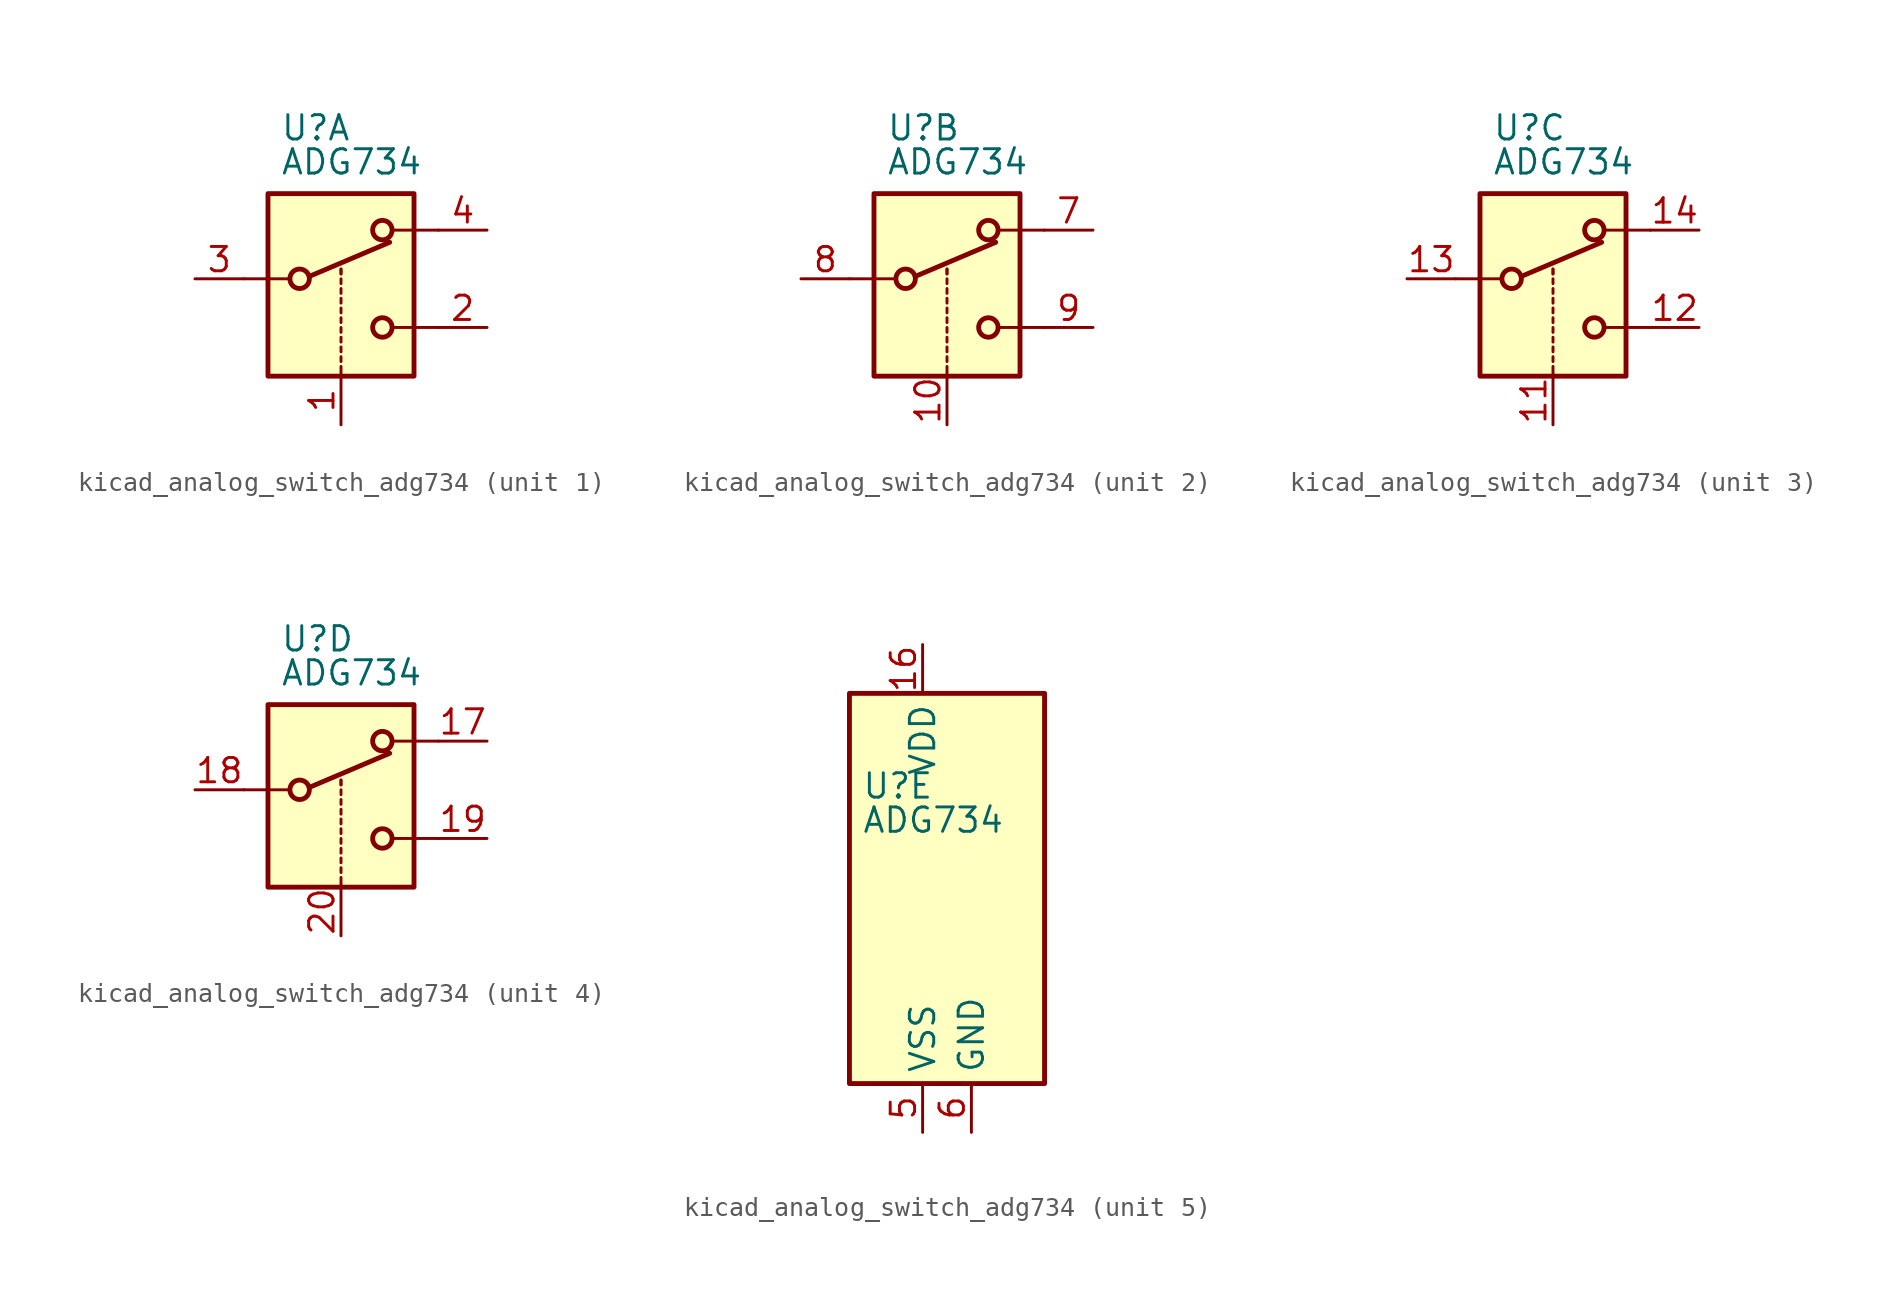
<source format=kicad_sym>
(kicad_symbol_lib
  (version 20220914)
  (generator kicad_symbol_editor)
  (symbol "kicad_analog_switch_adg734"
    (property "Reference" "U"
      (at -3.175 5.334 0)
      (effects (font (size 1.27 1.27)) (justify left)))
    (property "Value" "ADG734"
      (at -3.175 3.556 0)
      (effects (font (size 1.27 1.27)) (justify left)))
    (symbol "kicad_analog_switch_adg734_1_1"
      (rectangle (start -3.81 1.905) (end 3.81 -7.62) (stroke (width 0.254) (type default)) (fill (type background)))
      (circle (center -2.159 -2.54) (radius 0.508) (stroke (width 0.254) (type default)) (fill (type none)))
      (polyline (pts (xy -5.08 -2.54) (xy -2.794 -2.54)) (stroke (width 0) (type default)) (fill (type none)))
      (polyline (pts (xy -1.651 -2.413) (xy 2.54 -0.635)) (stroke (width 0.254) (type default)) (fill (type none)))
      (polyline (pts (xy 0 -7.62) (xy 0 -7.112)) (stroke (width 0) (type default)) (fill (type none)))
      (polyline (pts (xy 0 -6.858) (xy 0 -6.604)) (stroke (width 0) (type default)) (fill (type none)))
      (polyline (pts (xy 0 -6.35) (xy 0 -6.096)) (stroke (width 0) (type default)) (fill (type none)))
      (polyline (pts (xy 0 -5.842) (xy 0 -5.588)) (stroke (width 0) (type default)) (fill (type none)))
      (polyline (pts (xy 0 -5.334) (xy 0 -5.08)) (stroke (width 0) (type default)) (fill (type none)))
      (polyline (pts (xy 0 -4.826) (xy 0 -4.572)) (stroke (width 0) (type default)) (fill (type none)))
      (polyline (pts (xy 0 -4.318) (xy 0 -4.064)) (stroke (width 0) (type default)) (fill (type none)))
      (polyline (pts (xy 0 -3.81) (xy 0 -3.556)) (stroke (width 0) (type default)) (fill (type none)))
      (polyline (pts (xy 0 -3.302) (xy 0 -3.048)) (stroke (width 0) (type default)) (fill (type none)))
      (polyline (pts (xy 0 -2.794) (xy 0 -2.54)) (stroke (width 0) (type default)) (fill (type none)))
      (polyline (pts (xy 0 -2.286) (xy 0 -2.032)) (stroke (width 0) (type default)) (fill (type none)))
      (polyline (pts (xy 0 -2.286) (xy 0 -2.032)) (stroke (width 0) (type default)) (fill (type none)))
      (polyline (pts (xy 5.08 -5.08) (xy 2.794 -5.08)) (stroke (width 0) (type default)) (fill (type none)))
      (polyline (pts (xy 5.08 0) (xy 2.794 0)) (stroke (width 0) (type default)) (fill (type none)))
      (circle (center 2.159 -5.08) (radius 0.508) (stroke (width 0.254) (type default)) (fill (type none)))
      (circle (center 2.159 0) (radius 0.508) (stroke (width 0.254) (type default)) (fill (type none)))
      (pin input line (at 0 -10.16 90) (length 2.54) (name "~" (effects (font (size 1.27 1.27)))) (number "1" (effects (font (size 1.27 1.27)))))
      (pin passive line (at 7.62 -5.08 180) (length 2.54) (name "~" (effects (font (size 1.27 1.27)))) (number "2" (effects (font (size 1.27 1.27)))))
      (pin passive line (at -7.62 -2.54 0) (length 2.54) (name "~" (effects (font (size 1.27 1.27)))) (number "3" (effects (font (size 1.27 1.27)))))
      (pin passive line (at 7.62 0 180) (length 2.54) (name "~" (effects (font (size 1.27 1.27)))) (number "4" (effects (font (size 1.27 1.27))))))
    (symbol "kicad_analog_switch_adg734_2_1"
      (rectangle (start -3.81 1.905) (end 3.81 -7.62) (stroke (width 0.254) (type default)) (fill (type background)))
      (circle (center -2.159 -2.54) (radius 0.508) (stroke (width 0.254) (type default)) (fill (type none)))
      (polyline (pts (xy -5.08 -2.54) (xy -2.794 -2.54)) (stroke (width 0) (type default)) (fill (type none)))
      (polyline (pts (xy -1.651 -2.413) (xy 2.54 -0.635)) (stroke (width 0.254) (type default)) (fill (type none)))
      (polyline (pts (xy 0 -7.62) (xy 0 -7.112)) (stroke (width 0) (type default)) (fill (type none)))
      (polyline (pts (xy 0 -6.858) (xy 0 -6.604)) (stroke (width 0) (type default)) (fill (type none)))
      (polyline (pts (xy 0 -6.35) (xy 0 -6.096)) (stroke (width 0) (type default)) (fill (type none)))
      (polyline (pts (xy 0 -5.842) (xy 0 -5.588)) (stroke (width 0) (type default)) (fill (type none)))
      (polyline (pts (xy 0 -5.334) (xy 0 -5.08)) (stroke (width 0) (type default)) (fill (type none)))
      (polyline (pts (xy 0 -4.826) (xy 0 -4.572)) (stroke (width 0) (type default)) (fill (type none)))
      (polyline (pts (xy 0 -4.318) (xy 0 -4.064)) (stroke (width 0) (type default)) (fill (type none)))
      (polyline (pts (xy 0 -3.81) (xy 0 -3.556)) (stroke (width 0) (type default)) (fill (type none)))
      (polyline (pts (xy 0 -3.302) (xy 0 -3.048)) (stroke (width 0) (type default)) (fill (type none)))
      (polyline (pts (xy 0 -2.794) (xy 0 -2.54)) (stroke (width 0) (type default)) (fill (type none)))
      (polyline (pts (xy 0 -2.286) (xy 0 -2.032)) (stroke (width 0) (type default)) (fill (type none)))
      (polyline (pts (xy 0 -2.286) (xy 0 -2.032)) (stroke (width 0) (type default)) (fill (type none)))
      (polyline (pts (xy 5.08 -5.08) (xy 2.794 -5.08)) (stroke (width 0) (type default)) (fill (type none)))
      (polyline (pts (xy 5.08 0) (xy 2.794 0)) (stroke (width 0) (type default)) (fill (type none)))
      (circle (center 2.159 -5.08) (radius 0.508) (stroke (width 0.254) (type default)) (fill (type none)))
      (circle (center 2.159 0) (radius 0.508) (stroke (width 0.254) (type default)) (fill (type none)))
      (pin input line (at 0 -10.16 90) (length 2.54) (name "~" (effects (font (size 1.27 1.27)))) (number "10" (effects (font (size 1.27 1.27)))))
      (pin passive line (at 7.62 0 180) (length 2.54) (name "~" (effects (font (size 1.27 1.27)))) (number "7" (effects (font (size 1.27 1.27)))))
      (pin passive line (at -7.62 -2.54 0) (length 2.54) (name "~" (effects (font (size 1.27 1.27)))) (number "8" (effects (font (size 1.27 1.27)))))
      (pin passive line (at 7.62 -5.08 180) (length 2.54) (name "~" (effects (font (size 1.27 1.27)))) (number "9" (effects (font (size 1.27 1.27))))))
    (symbol "kicad_analog_switch_adg734_3_1"
      (rectangle (start -3.81 1.905) (end 3.81 -7.62) (stroke (width 0.254) (type default)) (fill (type background)))
      (circle (center -2.159 -2.54) (radius 0.508) (stroke (width 0.254) (type default)) (fill (type none)))
      (polyline (pts (xy -5.08 -2.54) (xy -2.794 -2.54)) (stroke (width 0) (type default)) (fill (type none)))
      (polyline (pts (xy -1.651 -2.413) (xy 2.54 -0.635)) (stroke (width 0.254) (type default)) (fill (type none)))
      (polyline (pts (xy 0 -7.62) (xy 0 -7.112)) (stroke (width 0) (type default)) (fill (type none)))
      (polyline (pts (xy 0 -6.858) (xy 0 -6.604)) (stroke (width 0) (type default)) (fill (type none)))
      (polyline (pts (xy 0 -6.35) (xy 0 -6.096)) (stroke (width 0) (type default)) (fill (type none)))
      (polyline (pts (xy 0 -5.842) (xy 0 -5.588)) (stroke (width 0) (type default)) (fill (type none)))
      (polyline (pts (xy 0 -5.334) (xy 0 -5.08)) (stroke (width 0) (type default)) (fill (type none)))
      (polyline (pts (xy 0 -4.826) (xy 0 -4.572)) (stroke (width 0) (type default)) (fill (type none)))
      (polyline (pts (xy 0 -4.318) (xy 0 -4.064)) (stroke (width 0) (type default)) (fill (type none)))
      (polyline (pts (xy 0 -3.81) (xy 0 -3.556)) (stroke (width 0) (type default)) (fill (type none)))
      (polyline (pts (xy 0 -3.302) (xy 0 -3.048)) (stroke (width 0) (type default)) (fill (type none)))
      (polyline (pts (xy 0 -2.794) (xy 0 -2.54)) (stroke (width 0) (type default)) (fill (type none)))
      (polyline (pts (xy 0 -2.286) (xy 0 -2.032)) (stroke (width 0) (type default)) (fill (type none)))
      (polyline (pts (xy 0 -2.286) (xy 0 -2.032)) (stroke (width 0) (type default)) (fill (type none)))
      (polyline (pts (xy 5.08 -5.08) (xy 2.794 -5.08)) (stroke (width 0) (type default)) (fill (type none)))
      (polyline (pts (xy 5.08 0) (xy 2.794 0)) (stroke (width 0) (type default)) (fill (type none)))
      (circle (center 2.159 -5.08) (radius 0.508) (stroke (width 0.254) (type default)) (fill (type none)))
      (circle (center 2.159 0) (radius 0.508) (stroke (width 0.254) (type default)) (fill (type none)))
      (pin input line (at 0 -10.16 90) (length 2.54) (name "~" (effects (font (size 1.27 1.27)))) (number "11" (effects (font (size 1.27 1.27)))))
      (pin passive line (at 7.62 -5.08 180) (length 2.54) (name "~" (effects (font (size 1.27 1.27)))) (number "12" (effects (font (size 1.27 1.27)))))
      (pin passive line (at -7.62 -2.54 0) (length 2.54) (name "~" (effects (font (size 1.27 1.27)))) (number "13" (effects (font (size 1.27 1.27)))))
      (pin passive line (at 7.62 0 180) (length 2.54) (name "~" (effects (font (size 1.27 1.27)))) (number "14" (effects (font (size 1.27 1.27))))))
    (symbol "kicad_analog_switch_adg734_4_1"
      (rectangle (start -3.81 1.905) (end 3.81 -7.62) (stroke (width 0.254) (type default)) (fill (type background)))
      (circle (center -2.159 -2.54) (radius 0.508) (stroke (width 0.254) (type default)) (fill (type none)))
      (polyline (pts (xy -5.08 -2.54) (xy -2.794 -2.54)) (stroke (width 0) (type default)) (fill (type none)))
      (polyline (pts (xy -1.651 -2.413) (xy 2.54 -0.635)) (stroke (width 0.254) (type default)) (fill (type none)))
      (polyline (pts (xy 0 -7.62) (xy 0 -7.112)) (stroke (width 0) (type default)) (fill (type none)))
      (polyline (pts (xy 0 -6.858) (xy 0 -6.604)) (stroke (width 0) (type default)) (fill (type none)))
      (polyline (pts (xy 0 -6.35) (xy 0 -6.096)) (stroke (width 0) (type default)) (fill (type none)))
      (polyline (pts (xy 0 -5.842) (xy 0 -5.588)) (stroke (width 0) (type default)) (fill (type none)))
      (polyline (pts (xy 0 -5.334) (xy 0 -5.08)) (stroke (width 0) (type default)) (fill (type none)))
      (polyline (pts (xy 0 -4.826) (xy 0 -4.572)) (stroke (width 0) (type default)) (fill (type none)))
      (polyline (pts (xy 0 -4.318) (xy 0 -4.064)) (stroke (width 0) (type default)) (fill (type none)))
      (polyline (pts (xy 0 -3.81) (xy 0 -3.556)) (stroke (width 0) (type default)) (fill (type none)))
      (polyline (pts (xy 0 -3.302) (xy 0 -3.048)) (stroke (width 0) (type default)) (fill (type none)))
      (polyline (pts (xy 0 -2.794) (xy 0 -2.54)) (stroke (width 0) (type default)) (fill (type none)))
      (polyline (pts (xy 0 -2.286) (xy 0 -2.032)) (stroke (width 0) (type default)) (fill (type none)))
      (polyline (pts (xy 0 -2.286) (xy 0 -2.032)) (stroke (width 0) (type default)) (fill (type none)))
      (polyline (pts (xy 5.08 -5.08) (xy 2.794 -5.08)) (stroke (width 0) (type default)) (fill (type none)))
      (polyline (pts (xy 5.08 0) (xy 2.794 0)) (stroke (width 0) (type default)) (fill (type none)))
      (circle (center 2.159 -5.08) (radius 0.508) (stroke (width 0.254) (type default)) (fill (type none)))
      (circle (center 2.159 0) (radius 0.508) (stroke (width 0.254) (type default)) (fill (type none)))
      (pin passive line (at 7.62 0 180) (length 2.54) (name "~" (effects (font (size 1.27 1.27)))) (number "17" (effects (font (size 1.27 1.27)))))
      (pin passive line (at -7.62 -2.54 0) (length 2.54) (name "~" (effects (font (size 1.27 1.27)))) (number "18" (effects (font (size 1.27 1.27)))))
      (pin passive line (at 7.62 -5.08 180) (length 2.54) (name "~" (effects (font (size 1.27 1.27)))) (number "19" (effects (font (size 1.27 1.27)))))
      (pin input line (at 0 -10.16 90) (length 2.54) (name "~" (effects (font (size 1.27 1.27)))) (number "20" (effects (font (size 1.27 1.27))))))
    (symbol "kicad_analog_switch_adg734_5_0"
      (pin no_connect line (at 2.54 10.16 270) (length 2.54) hide (name "NC" (effects (font (size 1.27 1.27)))) (number "15" (effects (font (size 1.27 1.27)))))
      (pin power_in line (at 0 12.7 270) (length 2.54) (name "VDD" (effects (font (size 1.27 1.27)))) (number "16" (effects (font (size 1.27 1.27)))))
      (pin power_in line (at 0 -12.7 90) (length 2.54) (name "VSS" (effects (font (size 1.27 1.27)))) (number "5" (effects (font (size 1.27 1.27)))))
      (pin power_in line (at 2.54 -12.7 90) (length 2.54) (name "GND" (effects (font (size 1.27 1.27)))) (number "6" (effects (font (size 1.27 1.27))))))
    (symbol "kicad_analog_switch_adg734_5_1"
      (rectangle (start -3.81 10.16) (end 6.35 -10.16) (stroke (width 0.254) (type default)) (fill (type background))))))
</source>
